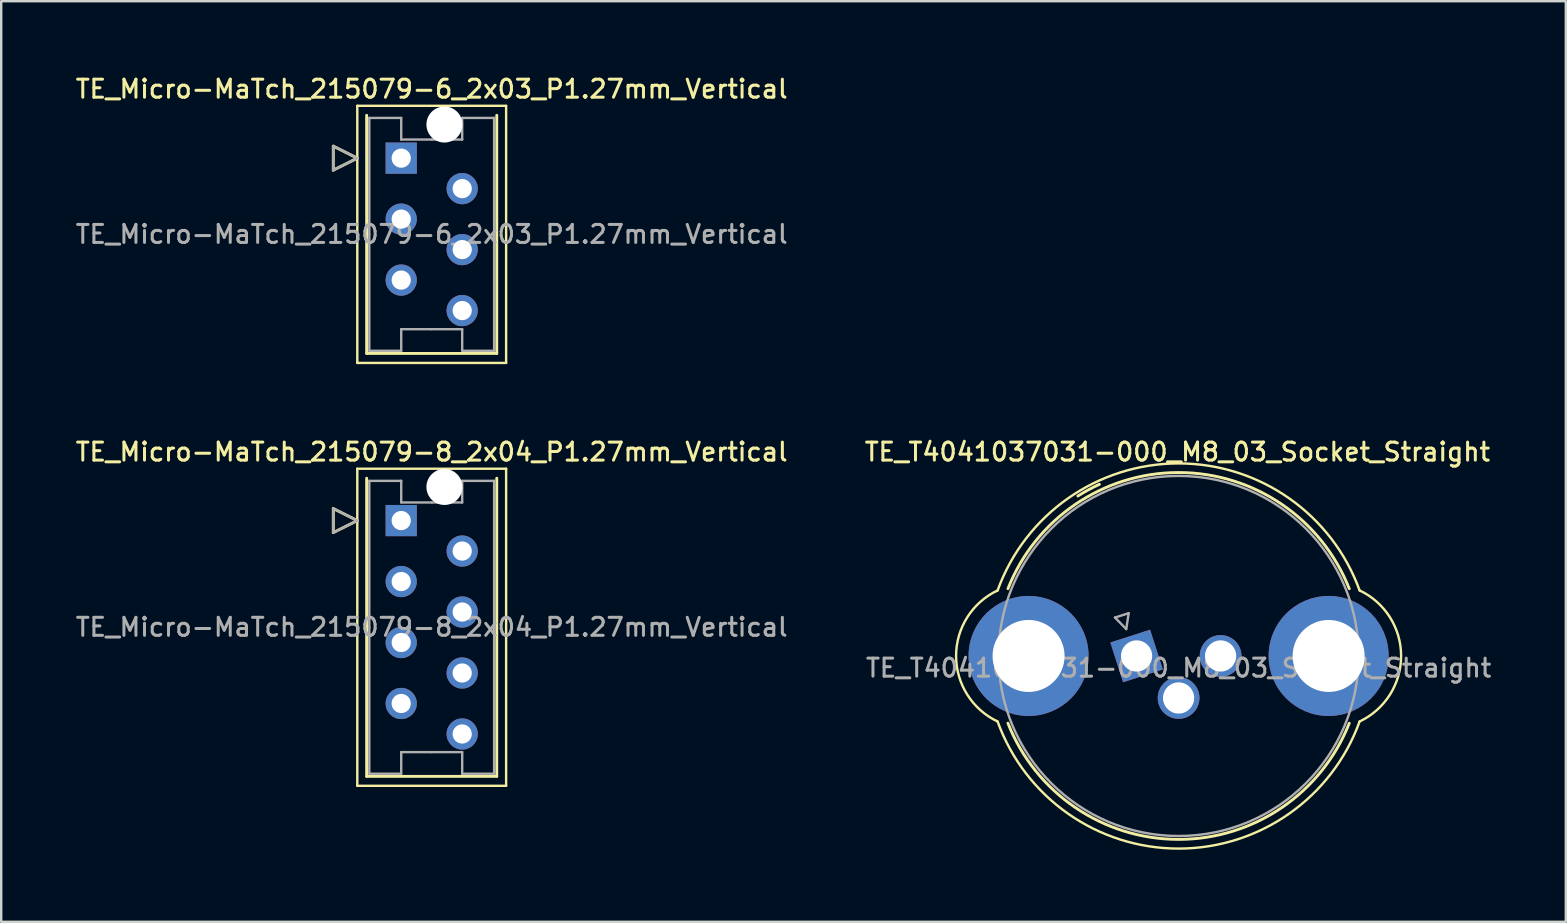
<source format=kicad_pcb>
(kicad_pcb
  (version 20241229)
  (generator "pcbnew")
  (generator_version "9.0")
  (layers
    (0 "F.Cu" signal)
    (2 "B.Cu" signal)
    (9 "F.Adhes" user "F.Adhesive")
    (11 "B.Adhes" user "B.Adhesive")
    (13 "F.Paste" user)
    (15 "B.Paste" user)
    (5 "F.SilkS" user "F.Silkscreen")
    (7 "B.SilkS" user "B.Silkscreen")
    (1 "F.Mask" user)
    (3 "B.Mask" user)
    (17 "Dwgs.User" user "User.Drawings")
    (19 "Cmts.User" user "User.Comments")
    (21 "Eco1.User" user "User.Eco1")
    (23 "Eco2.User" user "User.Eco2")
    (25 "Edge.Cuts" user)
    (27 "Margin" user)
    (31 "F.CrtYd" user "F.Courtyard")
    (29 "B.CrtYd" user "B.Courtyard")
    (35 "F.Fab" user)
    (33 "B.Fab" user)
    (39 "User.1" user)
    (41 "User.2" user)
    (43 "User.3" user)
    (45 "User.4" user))
  (footprint "TE_T4041037031-000_M8_03_Socket_Straight"
    (layer "F.Cu")
    (at 44.298 24.276)
    (property "Reference" "TE_T4041037031-000_M8_03_Socket_Straight" (at 1.7 -8.5 0) (layer "F.SilkS") (effects (font (size 0.75 0.75) (thickness 0.125))))
    (attr through_hole)
    (fp_arc (start -5.79 -2.73) (mid 1.75 -8.021096) (end 9.29 -2.73) (stroke (width 0.1) (type default)) (layer "F.SilkS"))
    (fp_arc (start -5.79 2.73) (mid -7.519436 0) (end -5.79 -2.73) (stroke (width 0.1) (type default)) (layer "F.SilkS"))
    (fp_arc (start -5.358655 -2.803412) (mid 1.751834 -7.641472) (end 8.86 -2.8) (stroke (width 0.12) (type default)) (layer "F.SilkS"))
    (fp_arc (start -2.446063 -6.663748) (mid -2.005908 -6.921388) (end -1.55 -7.149999) (stroke (width 0.12) (type default)) (layer "F.SilkS"))
    (fp_arc (start 8.858655 2.803413) (mid 1.748166 7.641472) (end -5.36 2.8) (stroke (width 0.12) (type default)) (layer "F.SilkS"))
    (fp_arc (start 9.29 -2.73) (mid 11.019437 0) (end 9.29 2.73) (stroke (width 0.1) (type default)) (layer "F.SilkS"))
    (fp_arc (start 9.29 2.73) (mid 1.75 8.02452) (end -5.79 2.73) (stroke (width 0.1) (type default)) (layer "F.SilkS"))
    (fp_line (start -0.9 -1.6) (end -0.431 -1.12) (stroke (width 0.1) (type solid)) (layer "F.Fab"))
    (fp_line (start -0.431 -1.12) (end -0.329 -1.783) (stroke (width 0.1) (type solid)) (layer "F.Fab"))
    (fp_line (start -0.329 -1.783) (end -0.9 -1.6) (stroke (width 0.1) (type solid)) (layer "F.Fab"))
    (fp_circle (center 1.75 0) (end 9.25 0) (stroke (width 0.1) (type default)) (fill no) (layer "F.Fab"))
    (fp_text user "${REFERENCE}" (at 1.75 0.5 0) (layer "F.Fab") (effects (font (size 0.75 0.75) (thickness 0.125))))
    (pad "1" thru_hole rect (at 0 0 17.8) (size 1.74 1.74) (drill 1.3) (layers "*.Cu" "*.Mask"))
    (pad "3" thru_hole circle (at 3.5 0 180) (size 1.74 1.74) (drill 1.3) (layers "*.Cu" "*.Mask"))
    (pad "4" thru_hole circle (at 1.75 1.75 180) (size 1.74 1.74) (drill 1.3) (layers "*.Cu" "*.Mask"))
    (pad "SH" thru_hole circle (at -4.5 0 180) (size 5 5) (drill 3) (layers "*.Cu" "*.Mask"))
    (pad "SH" thru_hole circle (at 8 0 180) (size 5 5) (drill 3) (layers "*.Cu" "*.Mask")))
  (footprint "TE_Micro-MaTch_215079-6_2x03_P1.27mm_Vertical"
    (layer "F.Cu")
    (at 13.664 3.538)
    (property "Reference" "TE_Micro-MaTch_215079-6_2x03_P1.27mm_Vertical" (at 1.27 -2.88 0) (layer "F.SilkS") (effects (font (size 0.75 0.75) (thickness 0.125))))
    (attr through_hole)
    (fp_line (start -2.83 -0.5) (end -1.83 0) (stroke (width 0.12) (type solid)) (layer "F.SilkS"))
    (fp_line (start -2.83 0.5) (end -2.83 -0.5) (stroke (width 0.12) (type solid)) (layer "F.SilkS"))
    (fp_line (start -1.83 -2.18) (end -1.83 8.53) (stroke (width 0.1) (type solid)) (layer "F.SilkS"))
    (fp_line (start -1.83 0) (end -2.83 0.5) (stroke (width 0.12) (type solid)) (layer "F.SilkS"))
    (fp_line (start -1.83 8.53) (end 4.37 8.53) (stroke (width 0.1) (type solid)) (layer "F.SilkS"))
    (fp_line (start -1.44 -1.785) (end -1.44 8.135) (stroke (width 0.12) (type solid)) (layer "F.SilkS"))
    (fp_line (start -1.44 8.135) (end 3.98 8.135) (stroke (width 0.12) (type solid)) (layer "F.SilkS"))
    (fp_line (start 3.98 8.135) (end 3.98 -1.785) (stroke (width 0.12) (type solid)) (layer "F.SilkS"))
    (fp_line (start 4.37 -2.18) (end -1.83 -2.18) (stroke (width 0.1) (type solid)) (layer "F.SilkS"))
    (fp_line (start 4.37 8.53) (end 4.37 -2.18) (stroke (width 0.1) (type solid)) (layer "F.SilkS"))
    (fp_line (start -2.83 -0.5) (end -1.83 0) (stroke (width 0.1) (type solid)) (layer "F.Fab"))
    (fp_line (start -2.83 0.5) (end -2.83 -0.5) (stroke (width 0.1) (type solid)) (layer "F.Fab"))
    (fp_line (start -1.83 0) (end -2.83 0.5) (stroke (width 0.1) (type solid)) (layer "F.Fab"))
    (fp_line (start -1.33 -1.675) (end -1.33 3.175) (stroke (width 0.1) (type solid)) (layer "F.Fab"))
    (fp_line (start -1.33 8.025) (end -1.33 3.175) (stroke (width 0.1) (type solid)) (layer "F.Fab"))
    (fp_line (start 0 -1.675) (end -1.33 -1.675) (stroke (width 0.1) (type solid)) (layer "F.Fab"))
    (fp_line (start 0 -0.775) (end 0 -1.675) (stroke (width 0.1) (type solid)) (layer "F.Fab"))
    (fp_line (start 0 7.125) (end 0 8.025) (stroke (width 0.1) (type solid)) (layer "F.Fab"))
    (fp_line (start 0 8.025) (end -1.33 8.025) (stroke (width 0.1) (type solid)) (layer "F.Fab"))
    (fp_line (start 1.27 -0.775) (end 0 -0.775) (stroke (width 0.1) (type solid)) (layer "F.Fab"))
    (fp_line (start 1.27 -0.775) (end 2.54 -0.775) (stroke (width 0.1) (type solid)) (layer "F.Fab"))
    (fp_line (start 1.27 7.125) (end 0 7.125) (stroke (width 0.1) (type solid)) (layer "F.Fab"))
    (fp_line (start 1.27 7.125) (end 2.54 7.125) (stroke (width 0.1) (type solid)) (layer "F.Fab"))
    (fp_line (start 2.54 -1.675) (end 3.87 -1.675) (stroke (width 0.1) (type solid)) (layer "F.Fab"))
    (fp_line (start 2.54 -0.775) (end 2.54 -1.675) (stroke (width 0.1) (type solid)) (layer "F.Fab"))
    (fp_line (start 2.54 7.125) (end 2.54 8.025) (stroke (width 0.1) (type solid)) (layer "F.Fab"))
    (fp_line (start 2.54 8.025) (end 3.87 8.025) (stroke (width 0.1) (type solid)) (layer "F.Fab"))
    (fp_line (start 3.87 -1.675) (end 3.87 3.175) (stroke (width 0.1) (type solid)) (layer "F.Fab"))
    (fp_line (start 3.87 8.025) (end 3.87 3.175) (stroke (width 0.1) (type solid)) (layer "F.Fab"))
    (fp_text user "${REFERENCE}" (at 1.27 3.17 0) (layer "F.Fab") (effects (font (size 0.75 0.75) (thickness 0.125))))
    (pad "" np_thru_hole circle (at 1.8 -1.4) (size 1.5 1.5) (drill 1.5) (layers "*.Cu" "*.Mask"))
    (pad "1" thru_hole rect (at 0 0) (size 1.3 1.3) (drill 0.8) (layers "*.Cu" "*.Mask"))
    (pad "2" thru_hole circle (at 2.54 1.27) (size 1.3 1.3) (drill 0.8) (layers "*.Cu" "*.Mask"))
    (pad "3" thru_hole circle (at 0 2.54) (size 1.3 1.3) (drill 0.8) (layers "*.Cu" "*.Mask"))
    (pad "4" thru_hole circle (at 2.54 3.81) (size 1.3 1.3) (drill 0.8) (layers "*.Cu" "*.Mask"))
    (pad "5" thru_hole circle (at 0 5.08) (size 1.3 1.3) (drill 0.8) (layers "*.Cu" "*.Mask"))
    (pad "6" thru_hole circle (at 2.54 6.35) (size 1.3 1.3) (drill 0.8) (layers "*.Cu" "*.Mask")))
  (footprint "TE_Micro-MaTch_215079-8_2x04_P1.27mm_Vertical"
    (layer "F.Cu")
    (at 13.664 18.636)
    (property "Reference" "TE_Micro-MaTch_215079-8_2x04_P1.27mm_Vertical" (at 1.27 -2.86 0) (layer "F.SilkS") (effects (font (size 0.75 0.75) (thickness 0.125))))
    (attr through_hole)
    (fp_line (start -2.83 -0.5) (end -1.83 0) (stroke (width 0.12) (type solid)) (layer "F.SilkS"))
    (fp_line (start -2.83 0.5) (end -2.83 -0.5) (stroke (width 0.12) (type solid)) (layer "F.SilkS"))
    (fp_line (start -1.83 -2.16) (end -1.83 11.05) (stroke (width 0.1) (type solid)) (layer "F.SilkS"))
    (fp_line (start -1.83 0) (end -2.83 0.5) (stroke (width 0.12) (type solid)) (layer "F.SilkS"))
    (fp_line (start -1.83 11.05) (end 4.37 11.05) (stroke (width 0.1) (type solid)) (layer "F.SilkS"))
    (fp_line (start -1.44 -1.765) (end -1.44 10.655) (stroke (width 0.12) (type solid)) (layer "F.SilkS"))
    (fp_line (start -1.44 10.655) (end 3.98 10.655) (stroke (width 0.12) (type solid)) (layer "F.SilkS"))
    (fp_line (start 3.98 10.655) (end 3.98 -1.765) (stroke (width 0.12) (type solid)) (layer "F.SilkS"))
    (fp_line (start 4.37 -2.16) (end -1.83 -2.16) (stroke (width 0.1) (type solid)) (layer "F.SilkS"))
    (fp_line (start 4.37 11.05) (end 4.37 -2.16) (stroke (width 0.1) (type solid)) (layer "F.SilkS"))
    (fp_line (start -2.83 -0.5) (end -1.83 0) (stroke (width 0.1) (type solid)) (layer "F.Fab"))
    (fp_line (start -2.83 0.5) (end -2.83 -0.5) (stroke (width 0.1) (type solid)) (layer "F.Fab"))
    (fp_line (start -1.83 0) (end -2.83 0.5) (stroke (width 0.1) (type solid)) (layer "F.Fab"))
    (fp_line (start -1.33 -1.655) (end -1.33 4.445) (stroke (width 0.1) (type solid)) (layer "F.Fab"))
    (fp_line (start -1.33 10.545) (end -1.33 4.445) (stroke (width 0.1) (type solid)) (layer "F.Fab"))
    (fp_line (start 0 -1.655) (end -1.33 -1.655) (stroke (width 0.1) (type solid)) (layer "F.Fab"))
    (fp_line (start 0 -0.755) (end 0 -1.655) (stroke (width 0.1) (type solid)) (layer "F.Fab"))
    (fp_line (start 0 9.645) (end 0 10.545) (stroke (width 0.1) (type solid)) (layer "F.Fab"))
    (fp_line (start 0 10.545) (end -1.33 10.545) (stroke (width 0.1) (type solid)) (layer "F.Fab"))
    (fp_line (start 1.27 -0.755) (end 0 -0.755) (stroke (width 0.1) (type solid)) (layer "F.Fab"))
    (fp_line (start 1.27 -0.755) (end 2.54 -0.755) (stroke (width 0.1) (type solid)) (layer "F.Fab"))
    (fp_line (start 1.27 9.645) (end 0 9.645) (stroke (width 0.1) (type solid)) (layer "F.Fab"))
    (fp_line (start 1.27 9.645) (end 2.54 9.645) (stroke (width 0.1) (type solid)) (layer "F.Fab"))
    (fp_line (start 2.54 -1.655) (end 3.87 -1.655) (stroke (width 0.1) (type solid)) (layer "F.Fab"))
    (fp_line (start 2.54 -0.755) (end 2.54 -1.655) (stroke (width 0.1) (type solid)) (layer "F.Fab"))
    (fp_line (start 2.54 9.645) (end 2.54 10.545) (stroke (width 0.1) (type solid)) (layer "F.Fab"))
    (fp_line (start 2.54 10.545) (end 3.87 10.545) (stroke (width 0.1) (type solid)) (layer "F.Fab"))
    (fp_line (start 3.87 -1.655) (end 3.87 4.445) (stroke (width 0.1) (type solid)) (layer "F.Fab"))
    (fp_line (start 3.87 10.545) (end 3.87 4.445) (stroke (width 0.1) (type solid)) (layer "F.Fab"))
    (fp_text user "${REFERENCE}" (at 1.27 4.44 0) (layer "F.Fab") (effects (font (size 0.75 0.75) (thickness 0.125))))
    (pad "" np_thru_hole circle (at 1.8 -1.4) (size 1.5 1.5) (drill 1.5) (layers "*.Cu" "*.Mask"))
    (pad "1" thru_hole rect (at 0 0) (size 1.3 1.3) (drill 0.8) (layers "*.Cu" "*.Mask"))
    (pad "2" thru_hole circle (at 2.54 1.27) (size 1.3 1.3) (drill 0.8) (layers "*.Cu" "*.Mask"))
    (pad "3" thru_hole circle (at 0 2.54) (size 1.3 1.3) (drill 0.8) (layers "*.Cu" "*.Mask"))
    (pad "4" thru_hole circle (at 2.54 3.81) (size 1.3 1.3) (drill 0.8) (layers "*.Cu" "*.Mask"))
    (pad "5" thru_hole circle (at 0 5.08) (size 1.3 1.3) (drill 0.8) (layers "*.Cu" "*.Mask"))
    (pad "6" thru_hole circle (at 2.54 6.35) (size 1.3 1.3) (drill 0.8) (layers "*.Cu" "*.Mask"))
    (pad "7" thru_hole circle (at 0 7.62) (size 1.3 1.3) (drill 0.8) (layers "*.Cu" "*.Mask"))
    (pad "8" thru_hole circle (at 2.54 8.89) (size 1.3 1.3) (drill 0.8) (layers "*.Cu" "*.Mask")))
  (gr_rect
    (start -3 -3)
    (end 62.179 35.351)
    (stroke (width 0.1) (type default))
    (fill no)
    (layer "Edge.Cuts")))
</source>
